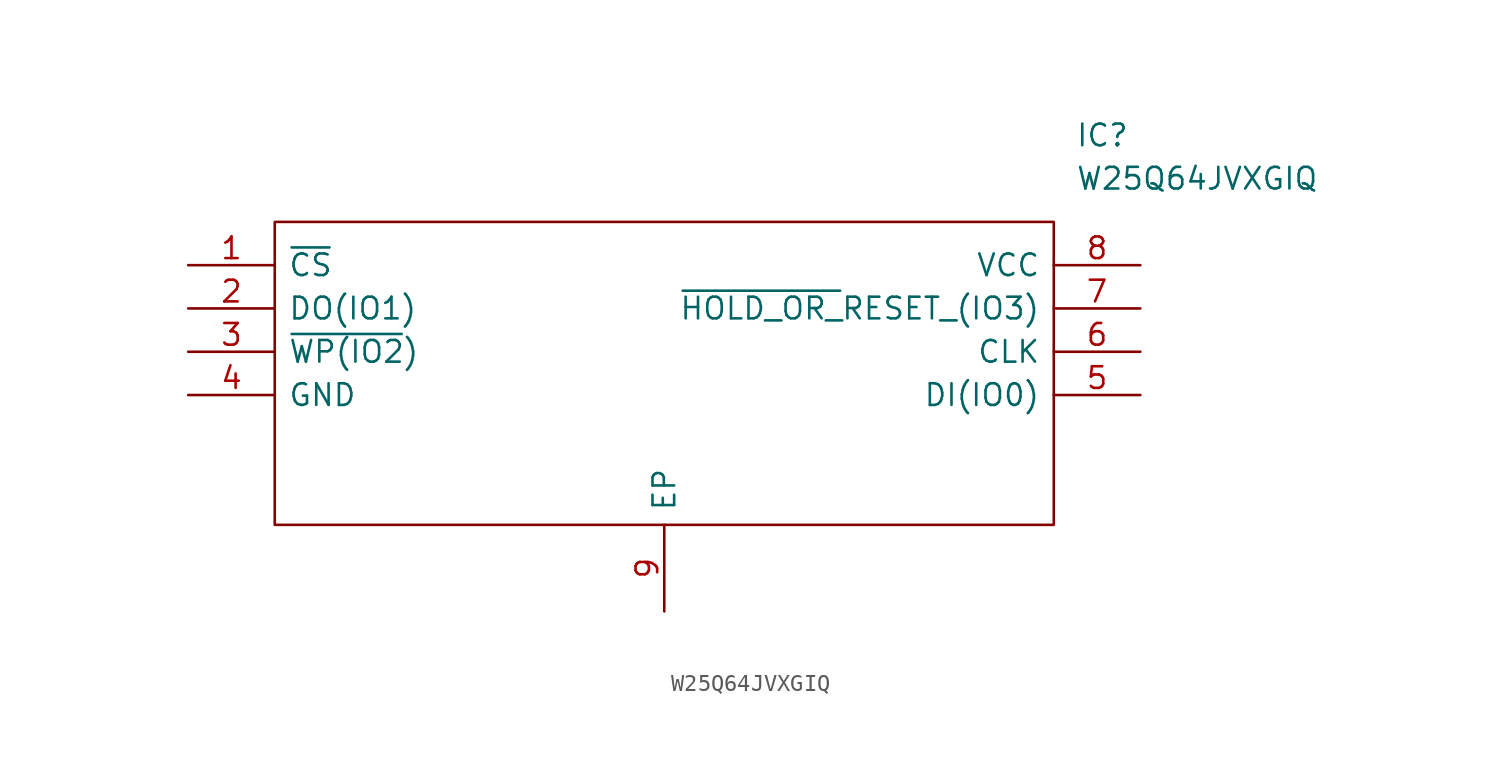
<source format=kicad_sym>
(kicad_symbol_lib
  (version 20211014)
  (generator kicad_symbol_editor)
  (symbol "W25Q64JVXGIQ"
    (pin_names
      (offset 0.762))
    (property "Reference" "IC"
      (at 52.07 7.62 0)
      (effects (font (size 1.27 1.27)) (justify left)))
    (property "Value" "W25Q64JVXGIQ"
      (at 52.07 5.08 0)
      (effects (font (size 1.27 1.27)) (justify left)))
    (symbol "W25Q64JVXGIQ_0_0"
      (pin passive line (at 0 0 0) (length 5.08) (name "~{CS}" (effects (font (size 1.27 1.27)))) (number "1" (effects (font (size 1.27 1.27)))))
      (pin passive line (at 0 -2.54 0) (length 5.08) (name "DO(IO1)" (effects (font (size 1.27 1.27)))) (number "2" (effects (font (size 1.27 1.27)))))
      (pin passive line (at 0 -5.08 0) (length 5.08) (name "~{WP(IO2})" (effects (font (size 1.27 1.27)))) (number "3" (effects (font (size 1.27 1.27)))))
      (pin passive line (at 0 -7.62 0) (length 5.08) (name "GND" (effects (font (size 1.27 1.27)))) (number "4" (effects (font (size 1.27 1.27)))))
      (pin passive line (at 55.88 -7.62 180) (length 5.08) (name "DI(IO0)" (effects (font (size 1.27 1.27)))) (number "5" (effects (font (size 1.27 1.27)))))
      (pin passive line (at 55.88 -5.08 180) (length 5.08) (name "CLK" (effects (font (size 1.27 1.27)))) (number "6" (effects (font (size 1.27 1.27)))))
      (pin passive line (at 55.88 -2.54 180) (length 5.08) (name "~{HOLD_OR_}RESET_(IO3)" (effects (font (size 1.27 1.27)))) (number "7" (effects (font (size 1.27 1.27)))))
      (pin passive line (at 55.88 0 180) (length 5.08) (name "VCC" (effects (font (size 1.27 1.27)))) (number "8" (effects (font (size 1.27 1.27)))))
      (pin passive line (at 27.94 -20.32 90) (length 5.08) (name "EP" (effects (font (size 1.27 1.27)))) (number "9" (effects (font (size 1.27 1.27))))))
    (symbol "W25Q64JVXGIQ_0_1"
      (polyline (pts (xy 5.08 2.54) (xy 50.8 2.54) (xy 50.8 -15.24) (xy 5.08 -15.24) (xy 5.08 2.54)) (stroke (width 0.152) (type default) (color 0 0 0 0)) (fill (type none))))))
</source>
